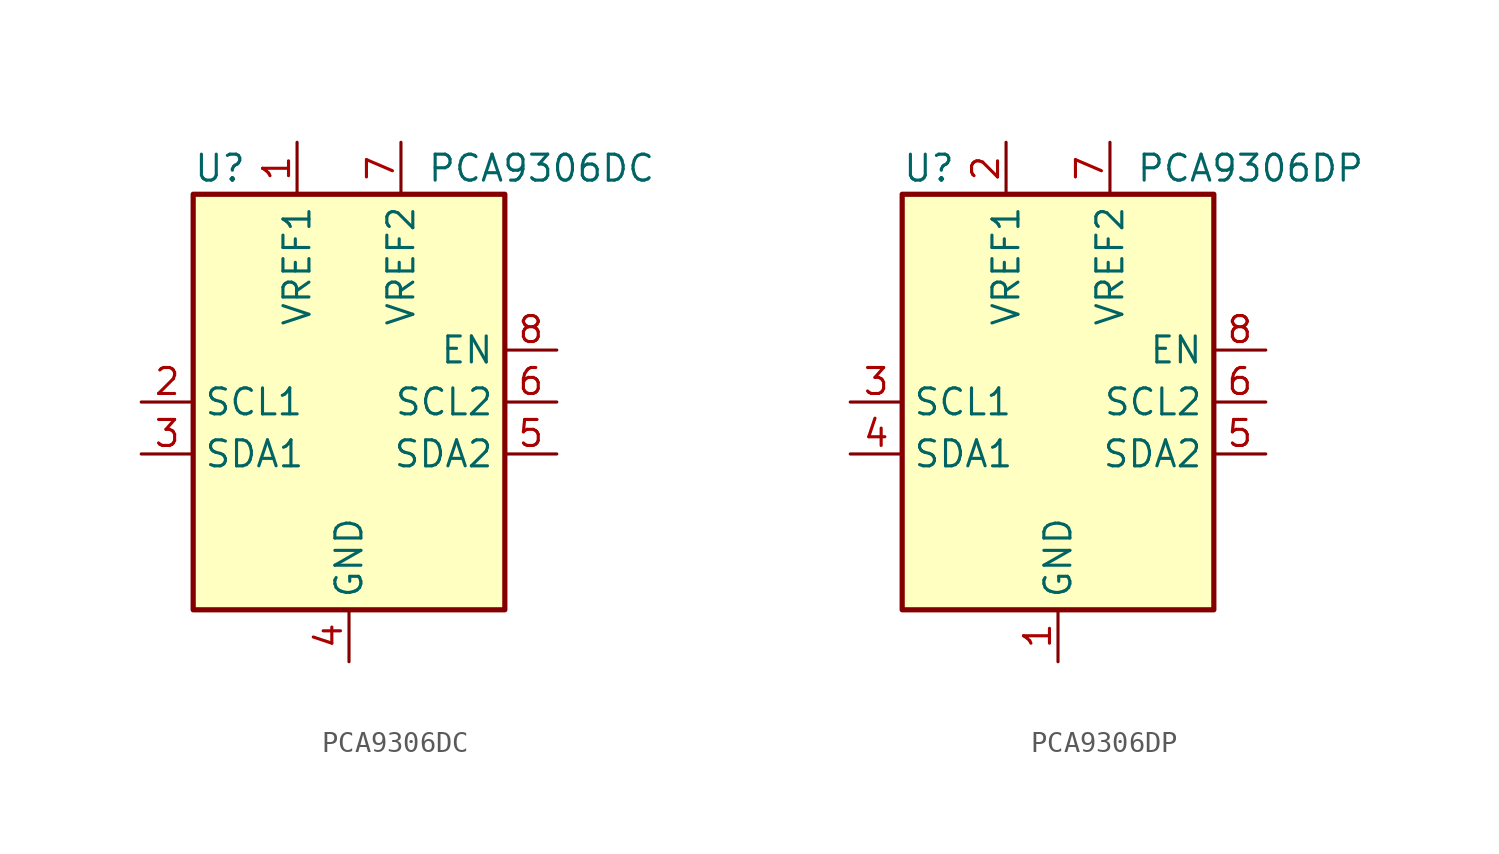
<source format=kicad_sym>
(kicad_symbol_lib
  (version 20211014)
  (generator kicad_symbol_editor)
  (symbol "PCA9306DC"
    (property "Reference" "U"
      (at -7.62 11.43 0)
      (effects (font (size 1.27 1.27)) (justify left)))
    (property "Value" "PCA9306DC"
      (at 3.81 11.43 0)
      (effects (font (size 1.27 1.27)) (justify left)))
    (symbol "PCA9306DC_0_1"
      (rectangle (start -7.62 10.16) (end 7.62 -10.16) (stroke (width 0.254) (type default) (color 0 0 0 0)) (fill (type background))))
    (symbol "PCA9306DC_1_1"
      (pin power_in line (at -2.54 12.7 270) (length 2.54) (name "VREF1" (effects (font (size 1.27 1.27)))) (number "1" (effects (font (size 1.27 1.27)))))
      (pin bidirectional line (at -10.16 0 0) (length 2.54) (name "SCL1" (effects (font (size 1.27 1.27)))) (number "2" (effects (font (size 1.27 1.27)))))
      (pin bidirectional line (at -10.16 -2.54 0) (length 2.54) (name "SDA1" (effects (font (size 1.27 1.27)))) (number "3" (effects (font (size 1.27 1.27)))))
      (pin power_in line (at 0 -12.7 90) (length 2.54) (name "GND" (effects (font (size 1.27 1.27)))) (number "4" (effects (font (size 1.27 1.27)))))
      (pin bidirectional line (at 10.16 -2.54 180) (length 2.54) (name "SDA2" (effects (font (size 1.27 1.27)))) (number "5" (effects (font (size 1.27 1.27)))))
      (pin bidirectional line (at 10.16 0 180) (length 2.54) (name "SCL2" (effects (font (size 1.27 1.27)))) (number "6" (effects (font (size 1.27 1.27)))))
      (pin power_in line (at 2.54 12.7 270) (length 2.54) (name "VREF2" (effects (font (size 1.27 1.27)))) (number "7" (effects (font (size 1.27 1.27)))))
      (pin input line (at 10.16 2.54 180) (length 2.54) (name "EN" (effects (font (size 1.27 1.27)))) (number "8" (effects (font (size 1.27 1.27)))))))
  (symbol "PCA9306DP"
    (property "Reference" "U"
      (at -7.62 11.43 0)
      (effects (font (size 1.27 1.27)) (justify left)))
    (property "Value" "PCA9306DP"
      (at 3.81 11.43 0)
      (effects (font (size 1.27 1.27)) (justify left)))
    (symbol "PCA9306DP_0_1"
      (rectangle (start -7.62 10.16) (end 7.62 -10.16) (stroke (width 0.254) (type default) (color 0 0 0 0)) (fill (type background))))
    (symbol "PCA9306DP_1_1"
      (pin power_in line (at 0 -12.7 90) (length 2.54) (name "GND" (effects (font (size 1.27 1.27)))) (number "1" (effects (font (size 1.27 1.27)))))
      (pin power_in line (at -2.54 12.7 270) (length 2.54) (name "VREF1" (effects (font (size 1.27 1.27)))) (number "2" (effects (font (size 1.27 1.27)))))
      (pin bidirectional line (at -10.16 0 0) (length 2.54) (name "SCL1" (effects (font (size 1.27 1.27)))) (number "3" (effects (font (size 1.27 1.27)))))
      (pin bidirectional line (at -10.16 -2.54 0) (length 2.54) (name "SDA1" (effects (font (size 1.27 1.27)))) (number "4" (effects (font (size 1.27 1.27)))))
      (pin bidirectional line (at 10.16 -2.54 180) (length 2.54) (name "SDA2" (effects (font (size 1.27 1.27)))) (number "5" (effects (font (size 1.27 1.27)))))
      (pin bidirectional line (at 10.16 0 180) (length 2.54) (name "SCL2" (effects (font (size 1.27 1.27)))) (number "6" (effects (font (size 1.27 1.27)))))
      (pin power_in line (at 2.54 12.7 270) (length 2.54) (name "VREF2" (effects (font (size 1.27 1.27)))) (number "7" (effects (font (size 1.27 1.27)))))
      (pin input line (at 10.16 2.54 180) (length 2.54) (name "EN" (effects (font (size 1.27 1.27)))) (number "8" (effects (font (size 1.27 1.27))))))))
</source>
